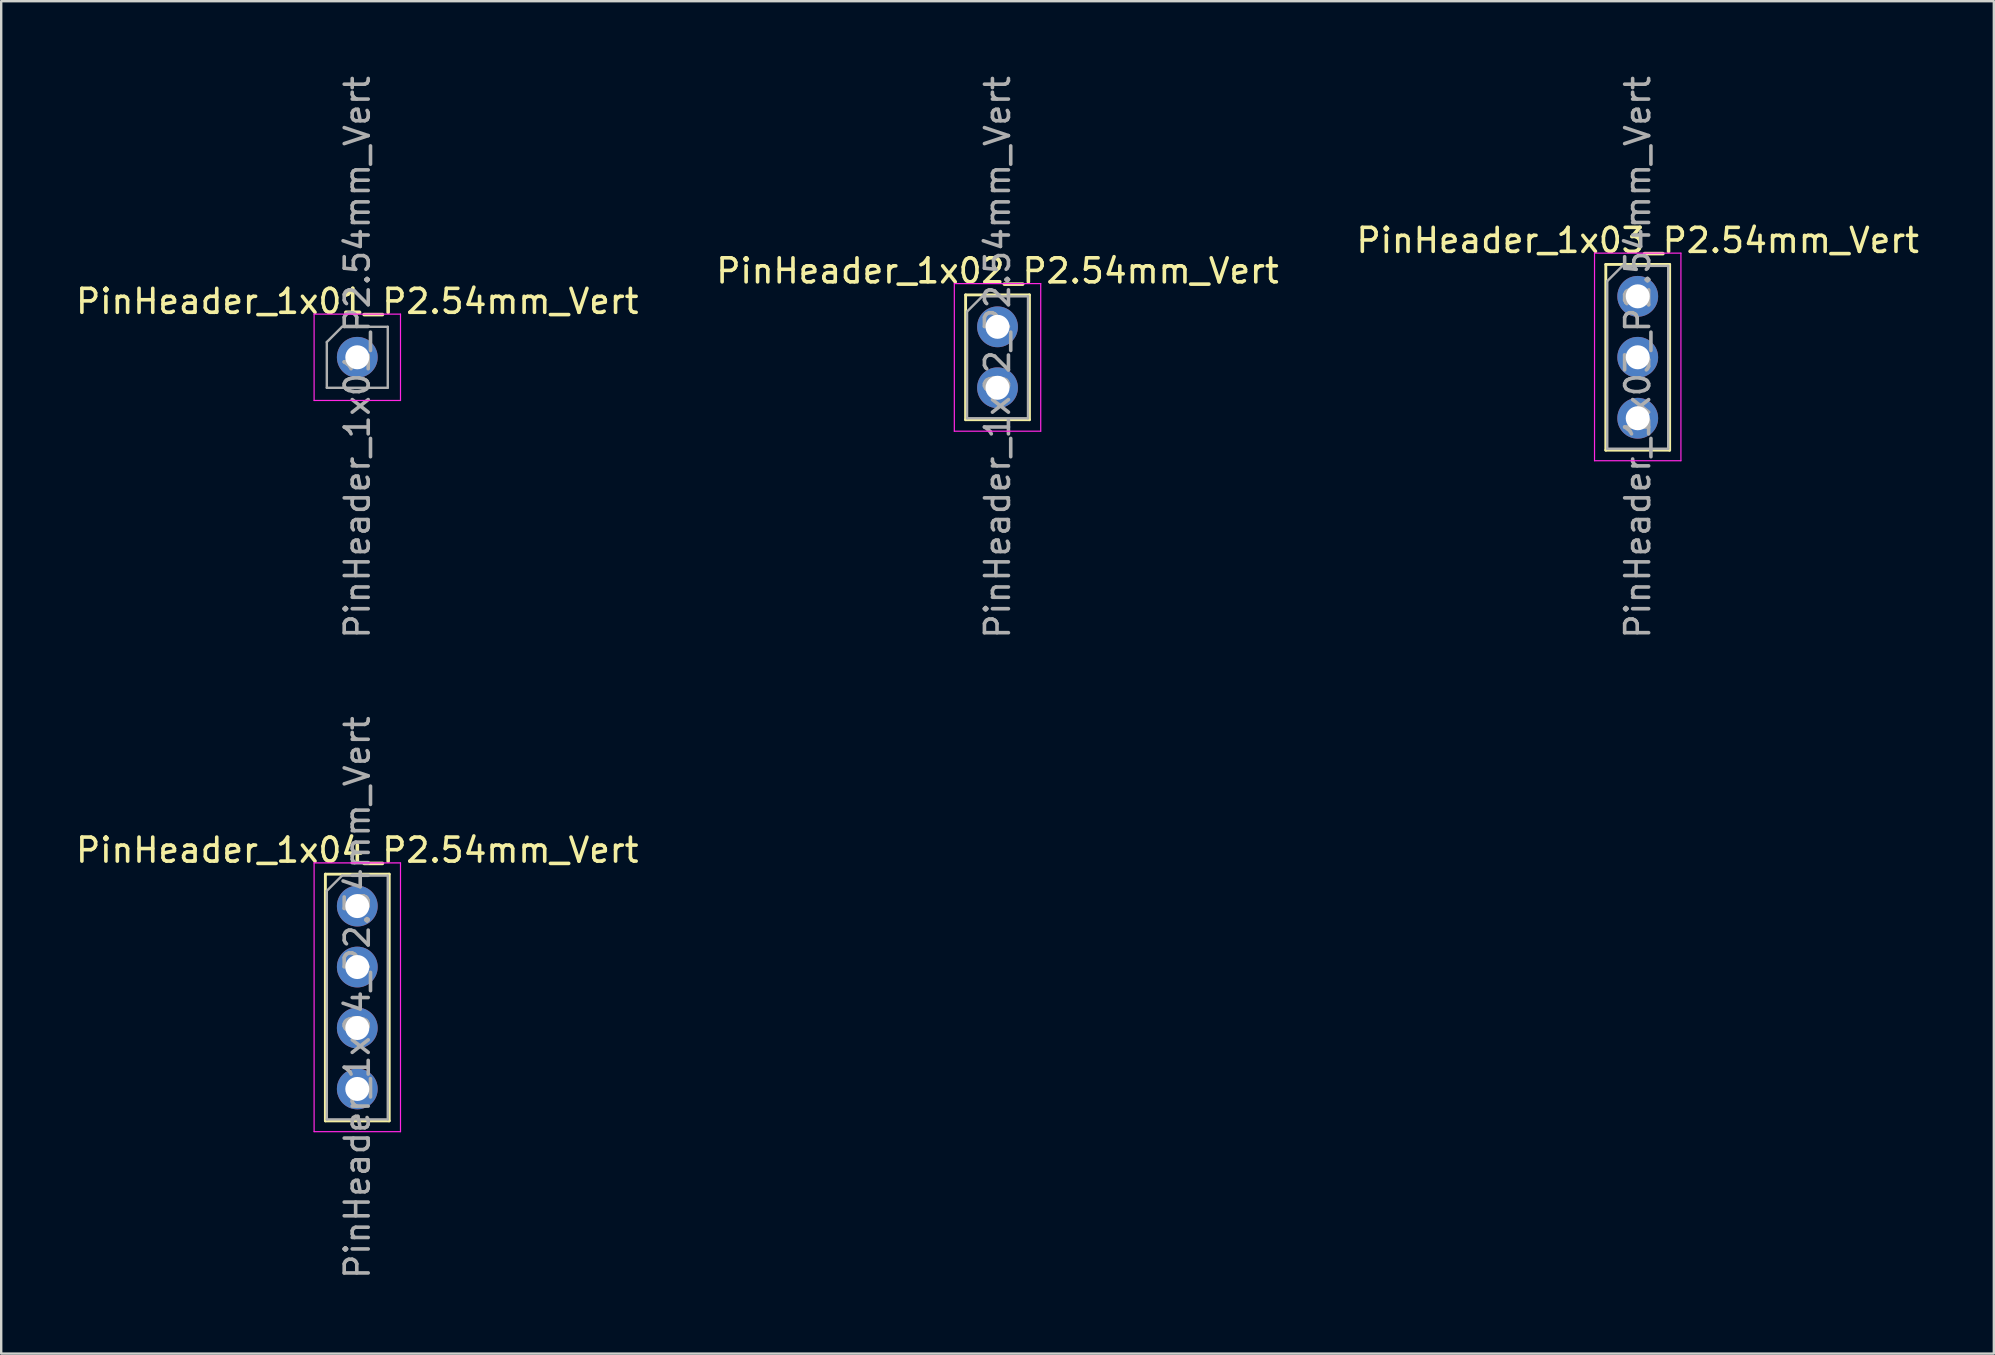
<source format=kicad_pcb>
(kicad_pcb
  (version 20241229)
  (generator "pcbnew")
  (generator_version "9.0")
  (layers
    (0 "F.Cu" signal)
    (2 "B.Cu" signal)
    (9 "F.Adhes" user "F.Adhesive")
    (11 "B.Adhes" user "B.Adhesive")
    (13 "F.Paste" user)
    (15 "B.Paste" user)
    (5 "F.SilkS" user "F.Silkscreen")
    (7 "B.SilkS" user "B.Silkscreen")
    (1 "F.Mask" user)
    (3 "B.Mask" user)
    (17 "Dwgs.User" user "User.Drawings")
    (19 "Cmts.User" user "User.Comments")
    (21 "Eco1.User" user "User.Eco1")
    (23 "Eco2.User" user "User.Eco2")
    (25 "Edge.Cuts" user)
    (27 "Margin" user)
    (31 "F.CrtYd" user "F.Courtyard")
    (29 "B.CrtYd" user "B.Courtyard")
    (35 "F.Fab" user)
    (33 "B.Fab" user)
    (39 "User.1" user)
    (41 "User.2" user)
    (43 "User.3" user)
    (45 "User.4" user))
  (footprint "PinHeader_1x04_P2.54mm_Vert"
    (layer "F.Cu")
    (at 11.839 34.708)
    (property "Reference" "PinHeader_1x04_P2.54mm_Vert" (at 0 -2.33 0) (layer "F.SilkS") (effects (font (size 1 1) (thickness 0.15))))
    (attr through_hole)
    (fp_line (start -1.33 -1.33) (end -1.33 8.95) (stroke (width 0.12) (type solid)) (layer "F.SilkS"))
    (fp_line (start -1.33 -1.33) (end 1.33 -1.33) (stroke (width 0.12) (type solid)) (layer "F.SilkS"))
    (fp_line (start -1.33 8.95) (end 1.33 8.95) (stroke (width 0.12) (type solid)) (layer "F.SilkS"))
    (fp_line (start 1.33 -1.33) (end 1.33 8.95) (stroke (width 0.12) (type solid)) (layer "F.SilkS"))
    (fp_line (start -1.8 -1.8) (end -1.8 9.4) (stroke (width 0.05) (type solid)) (layer "F.CrtYd"))
    (fp_line (start -1.8 9.4) (end 1.8 9.4) (stroke (width 0.05) (type solid)) (layer "F.CrtYd"))
    (fp_line (start 1.8 -1.8) (end -1.8 -1.8) (stroke (width 0.05) (type solid)) (layer "F.CrtYd"))
    (fp_line (start 1.8 9.4) (end 1.8 -1.8) (stroke (width 0.05) (type solid)) (layer "F.CrtYd"))
    (fp_line (start -1.27 -0.635) (end -0.635 -1.27) (stroke (width 0.1) (type solid)) (layer "F.Fab"))
    (fp_line (start -1.27 8.89) (end -1.27 -0.635) (stroke (width 0.1) (type solid)) (layer "F.Fab"))
    (fp_line (start -0.635 -1.27) (end 1.27 -1.27) (stroke (width 0.1) (type solid)) (layer "F.Fab"))
    (fp_line (start 1.27 -1.27) (end 1.27 8.89) (stroke (width 0.1) (type solid)) (layer "F.Fab"))
    (fp_line (start 1.27 8.89) (end -1.27 8.89) (stroke (width 0.1) (type solid)) (layer "F.Fab"))
    (fp_text user "${REFERENCE}" (at 0 3.81 90) (layer "F.Fab") (effects (font (size 1 1) (thickness 0.15))))
    (pad "1" thru_hole oval (at 0 0) (size 1.7 1.7) (drill 1) (layers "*.Cu" "*.Mask"))
    (pad "2" thru_hole oval (at 0 2.54) (size 1.7 1.7) (drill 1) (layers "*.Cu" "*.Mask"))
    (pad "3" thru_hole oval (at 0 5.08) (size 1.7 1.7) (drill 1) (layers "*.Cu" "*.Mask"))
    (pad "4" thru_hole oval (at 0 7.62) (size 1.7 1.7) (drill 1) (layers "*.Cu" "*.Mask")))
  (footprint "PinHeader_1x01_P2.54mm_Vert"
    (layer "F.Cu")
    (at 11.839 11.839)
    (property "Reference" "PinHeader_1x01_P2.54mm_Vert" (at 0 -2.33 0) (layer "F.SilkS") (effects (font (size 1 1) (thickness 0.15))))
    (attr through_hole)
    (fp_line (start -1.8 -1.8) (end -1.8 1.8) (stroke (width 0.05) (type solid)) (layer "F.CrtYd"))
    (fp_line (start -1.8 1.8) (end 1.8 1.8) (stroke (width 0.05) (type solid)) (layer "F.CrtYd"))
    (fp_line (start 1.8 -1.8) (end -1.8 -1.8) (stroke (width 0.05) (type solid)) (layer "F.CrtYd"))
    (fp_line (start 1.8 1.8) (end 1.8 -1.8) (stroke (width 0.05) (type solid)) (layer "F.CrtYd"))
    (fp_line (start -1.27 -0.635) (end -0.635 -1.27) (stroke (width 0.1) (type solid)) (layer "F.Fab"))
    (fp_line (start -1.27 1.27) (end -1.27 -0.635) (stroke (width 0.1) (type solid)) (layer "F.Fab"))
    (fp_line (start -0.635 -1.27) (end 1.27 -1.27) (stroke (width 0.1) (type solid)) (layer "F.Fab"))
    (fp_line (start 1.27 -1.27) (end 1.27 1.27) (stroke (width 0.1) (type solid)) (layer "F.Fab"))
    (fp_line (start 1.27 1.27) (end -1.27 1.27) (stroke (width 0.1) (type solid)) (layer "F.Fab"))
    (fp_text user "${REFERENCE}" (at 0 0 90) (layer "F.Fab") (effects (font (size 1 1) (thickness 0.15))))
    (pad "1" thru_hole oval (at 0 0) (size 1.7 1.7) (drill 1) (layers "*.Cu" "*.Mask")))
  (footprint "PinHeader_1x03_P2.54mm_Vert"
    (layer "F.Cu")
    (at 65.196 9.299)
    (property "Reference" "PinHeader_1x03_P2.54mm_Vert" (at 0 -2.33 0) (layer "F.SilkS") (effects (font (size 1 1) (thickness 0.15))))
    (attr through_hole)
    (fp_line (start -1.33 -1.33) (end -1.33 6.41) (stroke (width 0.12) (type solid)) (layer "F.SilkS"))
    (fp_line (start -1.33 -1.33) (end 1.33 -1.33) (stroke (width 0.12) (type solid)) (layer "F.SilkS"))
    (fp_line (start -1.33 6.41) (end 1.33 6.41) (stroke (width 0.12) (type solid)) (layer "F.SilkS"))
    (fp_line (start 1.33 -1.33) (end 1.33 6.41) (stroke (width 0.12) (type solid)) (layer "F.SilkS"))
    (fp_line (start -1.8 -1.8) (end -1.8 6.85) (stroke (width 0.05) (type solid)) (layer "F.CrtYd"))
    (fp_line (start -1.8 6.85) (end 1.8 6.85) (stroke (width 0.05) (type solid)) (layer "F.CrtYd"))
    (fp_line (start 1.8 -1.8) (end -1.8 -1.8) (stroke (width 0.05) (type solid)) (layer "F.CrtYd"))
    (fp_line (start 1.8 6.85) (end 1.8 -1.8) (stroke (width 0.05) (type solid)) (layer "F.CrtYd"))
    (fp_line (start -1.27 -0.635) (end -0.635 -1.27) (stroke (width 0.1) (type solid)) (layer "F.Fab"))
    (fp_line (start -1.27 6.35) (end -1.27 -0.635) (stroke (width 0.1) (type solid)) (layer "F.Fab"))
    (fp_line (start -0.635 -1.27) (end 1.27 -1.27) (stroke (width 0.1) (type solid)) (layer "F.Fab"))
    (fp_line (start 1.27 -1.27) (end 1.27 6.35) (stroke (width 0.1) (type solid)) (layer "F.Fab"))
    (fp_line (start 1.27 6.35) (end -1.27 6.35) (stroke (width 0.1) (type solid)) (layer "F.Fab"))
    (fp_text user "${REFERENCE}" (at 0 2.54 90) (layer "F.Fab") (effects (font (size 1 1) (thickness 0.15))))
    (pad "1" thru_hole oval (at 0 0) (size 1.7 1.7) (drill 1) (layers "*.Cu" "*.Mask"))
    (pad "2" thru_hole oval (at 0 2.54) (size 1.7 1.7) (drill 1) (layers "*.Cu" "*.Mask"))
    (pad "3" thru_hole oval (at 0 5.08) (size 1.7 1.7) (drill 1) (layers "*.Cu" "*.Mask")))
  (footprint "PinHeader_1x02_P2.54mm_Vert"
    (layer "F.Cu")
    (at 38.518 10.569)
    (property "Reference" "PinHeader_1x02_P2.54mm_Vert" (at 0 -2.33 0) (layer "F.SilkS") (effects (font (size 1 1) (thickness 0.15))))
    (attr through_hole)
    (fp_line (start -1.33 -1.33) (end -1.33 3.87) (stroke (width 0.12) (type solid)) (layer "F.SilkS"))
    (fp_line (start -1.33 -1.33) (end 1.33 -1.33) (stroke (width 0.12) (type solid)) (layer "F.SilkS"))
    (fp_line (start -1.33 3.87) (end 1.33 3.87) (stroke (width 0.12) (type solid)) (layer "F.SilkS"))
    (fp_line (start 1.33 -1.33) (end 1.33 3.87) (stroke (width 0.12) (type solid)) (layer "F.SilkS"))
    (fp_line (start -1.8 -1.8) (end -1.8 4.35) (stroke (width 0.05) (type solid)) (layer "F.CrtYd"))
    (fp_line (start -1.8 4.35) (end 1.8 4.35) (stroke (width 0.05) (type solid)) (layer "F.CrtYd"))
    (fp_line (start 1.8 -1.8) (end -1.8 -1.8) (stroke (width 0.05) (type solid)) (layer "F.CrtYd"))
    (fp_line (start 1.8 4.35) (end 1.8 -1.8) (stroke (width 0.05) (type solid)) (layer "F.CrtYd"))
    (fp_line (start -1.27 -0.635) (end -0.635 -1.27) (stroke (width 0.1) (type solid)) (layer "F.Fab"))
    (fp_line (start -1.27 3.81) (end -1.27 -0.635) (stroke (width 0.1) (type solid)) (layer "F.Fab"))
    (fp_line (start -0.635 -1.27) (end 1.27 -1.27) (stroke (width 0.1) (type solid)) (layer "F.Fab"))
    (fp_line (start 1.27 -1.27) (end 1.27 3.81) (stroke (width 0.1) (type solid)) (layer "F.Fab"))
    (fp_line (start 1.27 3.81) (end -1.27 3.81) (stroke (width 0.1) (type solid)) (layer "F.Fab"))
    (fp_text user "${REFERENCE}" (at 0 1.27 270) (layer "F.Fab") (effects (font (size 1 1) (thickness 0.15))))
    (pad "1" thru_hole oval (at 0 0) (size 1.7 1.7) (drill 1) (layers "*.Cu" "*.Mask"))
    (pad "2" thru_hole oval (at 0 2.54) (size 1.7 1.7) (drill 1) (layers "*.Cu" "*.Mask")))
  (gr_rect
    (start -3 -3)
    (end 80.036 53.357)
    (stroke (width 0.1) (type default))
    (fill no)
    (layer "Edge.Cuts")))
</source>
